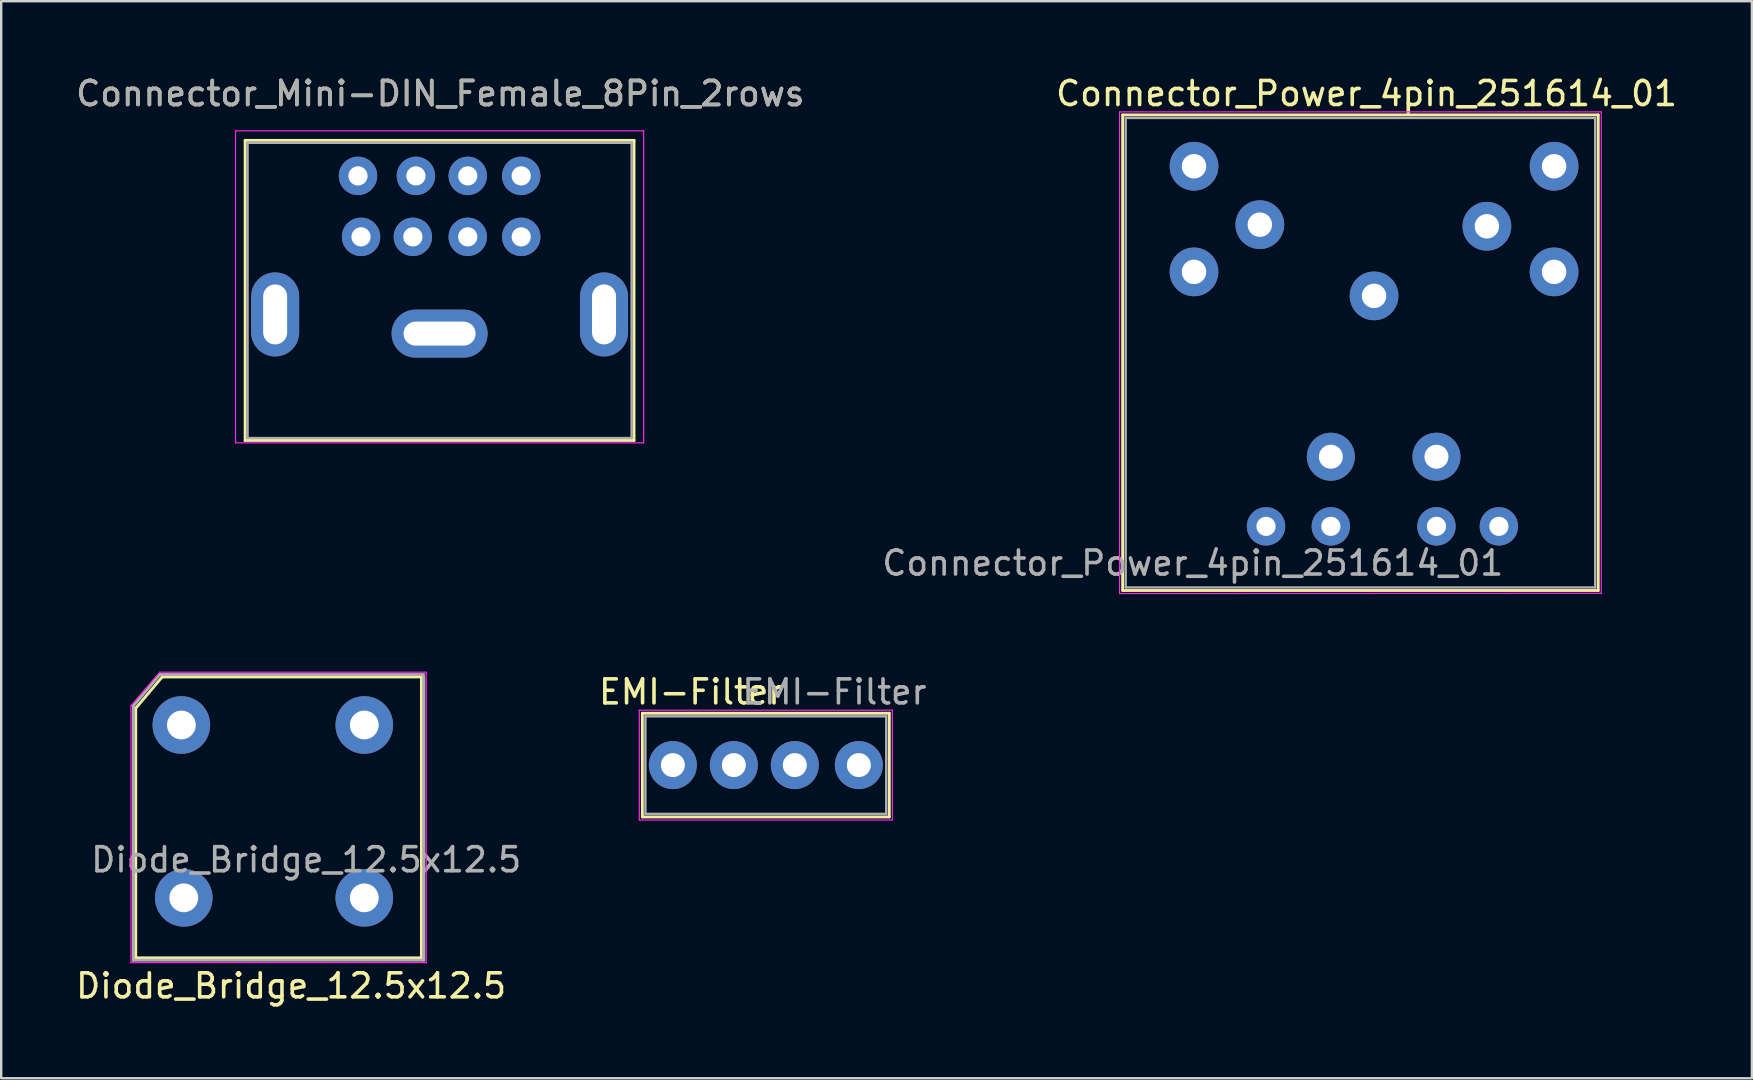
<source format=kicad_pcb>
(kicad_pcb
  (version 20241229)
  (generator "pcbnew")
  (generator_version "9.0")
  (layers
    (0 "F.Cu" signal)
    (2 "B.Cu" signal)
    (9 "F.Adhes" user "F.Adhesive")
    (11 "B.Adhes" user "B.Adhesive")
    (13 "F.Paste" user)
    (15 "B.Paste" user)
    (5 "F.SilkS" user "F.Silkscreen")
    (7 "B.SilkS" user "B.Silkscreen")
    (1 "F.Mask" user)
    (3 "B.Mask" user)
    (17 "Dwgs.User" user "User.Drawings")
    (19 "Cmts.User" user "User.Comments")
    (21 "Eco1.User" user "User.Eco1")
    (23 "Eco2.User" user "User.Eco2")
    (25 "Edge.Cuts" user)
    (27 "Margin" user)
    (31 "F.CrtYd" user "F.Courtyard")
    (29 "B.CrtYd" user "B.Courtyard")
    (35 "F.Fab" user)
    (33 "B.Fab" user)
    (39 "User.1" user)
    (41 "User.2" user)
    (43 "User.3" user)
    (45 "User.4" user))
  (footprint "Diode_Bridge_12.5x12.5"
    (layer "F.Cu")
    (at 4.505 27.351)
    (property "Reference" "Diode_Bridge_12.5x12.5" (at 4.572 10.668 180) (layer "F.SilkS") (effects (font (size 1 1) (thickness 0.15))))
    (attr through_hole)
    (fp_line (start -1.9 -0.9) (end -0.8 -2.2) (stroke (width 0.12) (type solid)) (layer "F.SilkS"))
    (fp_line (start -1.9 9.5) (end -1.9 -0.9) (stroke (width 0.12) (type solid)) (layer "F.SilkS"))
    (fp_line (start -0.8 -2.2) (end 10 -2.2) (stroke (width 0.12) (type solid)) (layer "F.SilkS"))
    (fp_line (start 10 -2.2) (end 10 9.5) (stroke (width 0.12) (type solid)) (layer "F.SilkS"))
    (fp_line (start 10 9.5) (end -1.9 9.5) (stroke (width 0.12) (type solid)) (layer "F.SilkS"))
    (fp_line (start -2.1 -1) (end -0.9 -2.4) (stroke (width 0.05) (type solid)) (layer "F.CrtYd"))
    (fp_line (start -2.1 9.7) (end -2.1 -1) (stroke (width 0.05) (type solid)) (layer "F.CrtYd"))
    (fp_line (start -0.9 -2.4) (end 10.2 -2.4) (stroke (width 0.05) (type solid)) (layer "F.CrtYd"))
    (fp_line (start 10.2 -2.4) (end 10.2 9.7) (stroke (width 0.05) (type solid)) (layer "F.CrtYd"))
    (fp_line (start 10.2 9.7) (end -2.1 9.7) (stroke (width 0.05) (type solid)) (layer "F.CrtYd"))
    (fp_line (start -2 -1) (end -0.9 -2.3) (stroke (width 0.12) (type solid)) (layer "F.Fab"))
    (fp_line (start -2 9.6) (end -2 -1) (stroke (width 0.12) (type solid)) (layer "F.Fab"))
    (fp_line (start -0.9 -2.3) (end 10.1 -2.3) (stroke (width 0.12) (type solid)) (layer "F.Fab"))
    (fp_line (start 10.1 -2.2) (end 10.1 9.6) (stroke (width 0.12) (type solid)) (layer "F.Fab"))
    (fp_line (start 10.1 9.6) (end -2 9.6) (stroke (width 0.12) (type solid)) (layer "F.Fab"))
    (fp_text user "${REFERENCE}" (at 5.2 5.415 180) (layer "F.Fab") (effects (font (size 1 1) (thickness 0.15))))
    (pad "1" thru_hole oval (at 0 -0.2 180) (size 2.4 2.4) (drill 1.2) (layers "*.Cu" "*.Mask"))
    (pad "2" thru_hole circle (at 0.1 7 180) (size 2.4 2.4) (drill 1.2) (layers "*.Cu" "*.Mask"))
    (pad "3" thru_hole circle (at 7.62 7 180) (size 2.4 2.4) (drill 1.2) (layers "*.Cu" "*.Mask"))
    (pad "4" thru_hole circle (at 7.62 -0.2 180) (size 2.4 2.4) (drill 1.2) (layers "*.Cu" "*.Mask")))
  (footprint "Connector_Mini-DIN_Female_8Pin_2rows"
    (layer "F.Cu")
    (at 16.562 7.198)
    (property "Reference" "Connector_Mini-DIN_Female_8Pin_2rows" (at -1.27 -6.35 0) (layer "F.SilkS") (effects (font (size 1 1) (thickness 0.15))))
    (attr through_hole)
    (fp_line (start -9.4 -4.4) (end -9.4 8.1) (stroke (width 0.12) (type solid)) (layer "F.SilkS"))
    (fp_line (start -9.4 -4.4) (end 6.8 -4.4) (stroke (width 0.12) (type solid)) (layer "F.SilkS"))
    (fp_line (start -9.4 8.1) (end 6.8 8.1) (stroke (width 0.12) (type solid)) (layer "F.SilkS"))
    (fp_line (start 6.8 -4.4) (end 6.8 8.1) (stroke (width 0.12) (type solid)) (layer "F.SilkS"))
    (fp_line (start -9.8 -4.8) (end -9.8 8.2) (stroke (width 0.05) (type solid)) (layer "F.CrtYd"))
    (fp_line (start -9.8 -4.8) (end 7.2 -4.8) (stroke (width 0.05) (type solid)) (layer "F.CrtYd"))
    (fp_line (start 7.2 8.2) (end -9.8 8.2) (stroke (width 0.05) (type solid)) (layer "F.CrtYd"))
    (fp_line (start 7.2 8.2) (end 7.2 -4.8) (stroke (width 0.05) (type solid)) (layer "F.CrtYd"))
    (fp_line (start -9.3 -4.3) (end 6.7 -4.3) (stroke (width 0.1) (type solid)) (layer "F.Fab"))
    (fp_line (start -9.3 8) (end -9.3 -4.3) (stroke (width 0.1) (type solid)) (layer "F.Fab"))
    (fp_line (start 6.7 -4.3) (end 6.7 8) (stroke (width 0.1) (type solid)) (layer "F.Fab"))
    (fp_line (start 6.7 8) (end -9.3 8) (stroke (width 0.1) (type solid)) (layer "F.Fab"))
    (fp_text user "${REFERENCE}" (at -1.27 -6.35 0) (layer "F.Fab") (effects (font (size 1 1) (thickness 0.15))))
    (pad "1" thru_hole circle (at -4.572 -0.381) (size 1.6 1.6) (drill 0.8) (layers "*.Cu" "*.Mask"))
    (pad "2" thru_hole circle (at -2.413 -0.381) (size 1.6 1.6) (drill 0.8) (layers "*.Cu" "*.Mask"))
    (pad "3" thru_hole circle (at 2.1 -0.381) (size 1.6 1.6) (drill 0.8) (layers "*.Cu" "*.Mask"))
    (pad "4" thru_hole circle (at -4.699 -2.921) (size 1.6 1.6) (drill 0.8) (layers "*.Cu" "*.Mask"))
    (pad "5" thru_hole circle (at -0.127 -0.381) (size 1.6 1.6) (drill 0.8) (layers "*.Cu" "*.Mask"))
    (pad "6" thru_hole circle (at 2.1 -2.921) (size 1.6 1.6) (drill 0.8) (layers "*.Cu" "*.Mask"))
    (pad "7" thru_hole oval (at -8.15 2.85) (size 2 3.5) (drill oval 1 2.5) (layers "*.Cu" "*.Mask"))
    (pad "7" thru_hole circle (at -2.286 -2.921) (size 1.6 1.6) (drill 0.8) (layers "*.Cu" "*.Mask"))
    (pad "7" thru_hole oval (at -1.3 3.65) (size 4 2) (drill oval 3 1) (layers "*.Cu" "*.Mask"))
    (pad "7" thru_hole oval (at 5.55 2.85) (size 2 3.5) (drill oval 1 2.5) (layers "*.Cu" "*.Mask"))
    (pad "8" thru_hole circle (at -0.127 -2.921) (size 1.6 1.6) (drill 0.8) (layers "*.Cu" "*.Mask")))
  (footprint "EMI-Filter"
    (layer "F.Cu")
    (at 28.789 28.695)
    (property "Reference" "EMI-Filter" (at -3.048 -2.921 0) (layer "F.SilkS") (effects (font (size 1 1) (thickness 0.15))))
    (attr through_hole)
    (fp_line (start -5.08 -2.032) (end -5.08 2.286) (stroke (width 0.12) (type solid)) (layer "F.SilkS"))
    (fp_line (start -5.08 -2.032) (end 5.207 -2.032) (stroke (width 0.12) (type solid)) (layer "F.SilkS"))
    (fp_line (start -5.08 2.286) (end 5.207 2.286) (stroke (width 0.12) (type solid)) (layer "F.SilkS"))
    (fp_line (start 5.207 -2.032) (end 5.207 2.286) (stroke (width 0.12) (type solid)) (layer "F.SilkS"))
    (fp_line (start -5.207 -2.159) (end -5.207 2.413) (stroke (width 0.05) (type solid)) (layer "F.CrtYd"))
    (fp_line (start -5.207 2.413) (end 5.334 2.413) (stroke (width 0.05) (type solid)) (layer "F.CrtYd"))
    (fp_line (start 5.334 -2.159) (end -5.207 -2.159) (stroke (width 0.05) (type solid)) (layer "F.CrtYd"))
    (fp_line (start 5.334 2.413) (end 5.334 -2.159) (stroke (width 0.05) (type solid)) (layer "F.CrtYd"))
    (fp_line (start -4.953 -1.905) (end -4.953 2.159) (stroke (width 0.1) (type solid)) (layer "F.Fab"))
    (fp_line (start -4.953 2.159) (end 5.08 2.159) (stroke (width 0.1) (type solid)) (layer "F.Fab"))
    (fp_line (start 5.08 -1.905) (end -4.953 -1.905) (stroke (width 0.1) (type solid)) (layer "F.Fab"))
    (fp_line (start 5.08 2.159) (end 5.08 -1.905) (stroke (width 0.1) (type solid)) (layer "F.Fab"))
    (fp_text user "${REFERENCE}" (at 2.921 -2.921 0) (layer "F.Fab") (effects (font (size 1 1) (thickness 0.15))))
    (pad "1" thru_hole circle (at -3.81 0.127) (size 2 2) (drill 1) (layers "*.Cu" "*.Mask"))
    (pad "2" thru_hole circle (at -1.27 0.127) (size 2 2) (drill 1) (layers "*.Cu" "*.Mask"))
    (pad "3" thru_hole circle (at 1.27 0.127) (size 2 2) (drill 1) (layers "*.Cu" "*.Mask"))
    (pad "4" thru_hole circle (at 3.937 0.127) (size 2 2) (drill 1) (layers "*.Cu" "*.Mask")))
  (footprint "Connector_Power_4pin_251614_01"
    (layer "F.Cu")
    (at 43.589 21.676)
    (property "Reference" "Connector_Power_4pin_251614_01" (at 10.287 -20.828 0) (layer "F.SilkS") (effects (font (size 1 1) (thickness 0.15))))
    (attr through_hole)
    (fp_line (start 0.127 -19.939) (end 19.939 -19.939) (stroke (width 0.12) (type solid)) (layer "F.SilkS"))
    (fp_line (start 0.127 -0.127) (end 0.127 -19.939) (stroke (width 0.12) (type solid)) (layer "F.SilkS"))
    (fp_line (start 19.939 -19.939) (end 19.939 -0.127) (stroke (width 0.12) (type solid)) (layer "F.SilkS"))
    (fp_line (start 19.939 -0.127) (end 0.127 -0.127) (stroke (width 0.12) (type solid)) (layer "F.SilkS"))
    (fp_line (start 0 0) (end 0 -20.066) (stroke (width 0.05) (type solid)) (layer "F.CrtYd"))
    (fp_line (start 0 0) (end 20.058 -0.01) (stroke (width 0.05) (type solid)) (layer "F.CrtYd"))
    (fp_line (start 20.066 -20.066) (end 0 -20.066) (stroke (width 0.05) (type solid)) (layer "F.CrtYd"))
    (fp_line (start 20.066 -20.066) (end 20.066 0) (stroke (width 0.05) (type solid)) (layer "F.CrtYd"))
    (fp_line (start 0.254 -19.812) (end 19.812 -19.812) (stroke (width 0.1) (type solid)) (layer "F.Fab"))
    (fp_line (start 0.254 -0.254) (end 0.254 -19.812) (stroke (width 0.1) (type solid)) (layer "F.Fab"))
    (fp_line (start 19.812 -19.812) (end 19.812 -0.254) (stroke (width 0.1) (type solid)) (layer "F.Fab"))
    (fp_line (start 19.812 -0.254) (end 0.254 -0.254) (stroke (width 0.1) (type solid)) (layer "F.Fab"))
    (fp_text user "${REFERENCE}" (at 3.048 -1.27 0) (layer "F.Fab") (effects (font (size 1 1) (thickness 0.15))))
    (pad "1" thru_hole circle (at 3.1 -13.4 90) (size 2.03 2.03) (drill 1.02) (layers "*.Cu" "*.Mask"))
    (pad "1" thru_hole oval (at 6.1 -2.8 90) (size 1.6 1.6) (drill 0.8) (layers "*.Cu" "*.Mask"))
    (pad "1" thru_hole circle (at 8.8 -5.7 90) (size 2 2) (drill 1) (layers "*.Cu" "*.Mask"))
    (pad "1" thru_hole oval (at 8.8 -2.8 90) (size 1.6 1.6) (drill 0.8) (layers "*.Cu" "*.Mask"))
    (pad "1" thru_hole circle (at 10.6 -12.4 90) (size 2.03 2.03) (drill 1.02) (layers "*.Cu" "*.Mask"))
    (pad "1" thru_hole circle (at 13.2 -5.7 90) (size 2 2) (drill 1) (layers "*.Cu" "*.Mask"))
    (pad "1" thru_hole oval (at 13.2 -2.8 90) (size 1.6 1.6) (drill 0.8) (layers "*.Cu" "*.Mask"))
    (pad "1" thru_hole oval (at 15.8 -2.8 90) (size 1.6 1.6) (drill 0.8) (layers "*.Cu" "*.Mask"))
    (pad "1" thru_hole circle (at 18.1 -13.4 90) (size 2.03 2.03) (drill 1.02) (layers "*.Cu" "*.Mask"))
    (pad "2" thru_hole circle (at 15.3 -15.3 90) (size 2.03 2.03) (drill 1.02) (layers "*.Cu" "*.Mask"))
    (pad "3" thru_hole circle (at 5.842 -15.367 90) (size 2.03 2.03) (drill 1.02) (layers "*.Cu" "*.Mask"))
    (pad "4" thru_hole circle (at 3.1 -17.8 90) (size 2.03 2.03) (drill 1.02) (layers "*.Cu" "*.Mask"))
    (pad "4" thru_hole circle (at 18.1 -17.8 90) (size 2.03 2.03) (drill 1.02) (layers "*.Cu" "*.Mask")))
  (gr_rect
    (start -3 -3)
    (end 69.929 41.867)
    (stroke (width 0.1) (type default))
    (fill no)
    (layer "Edge.Cuts")))
</source>
